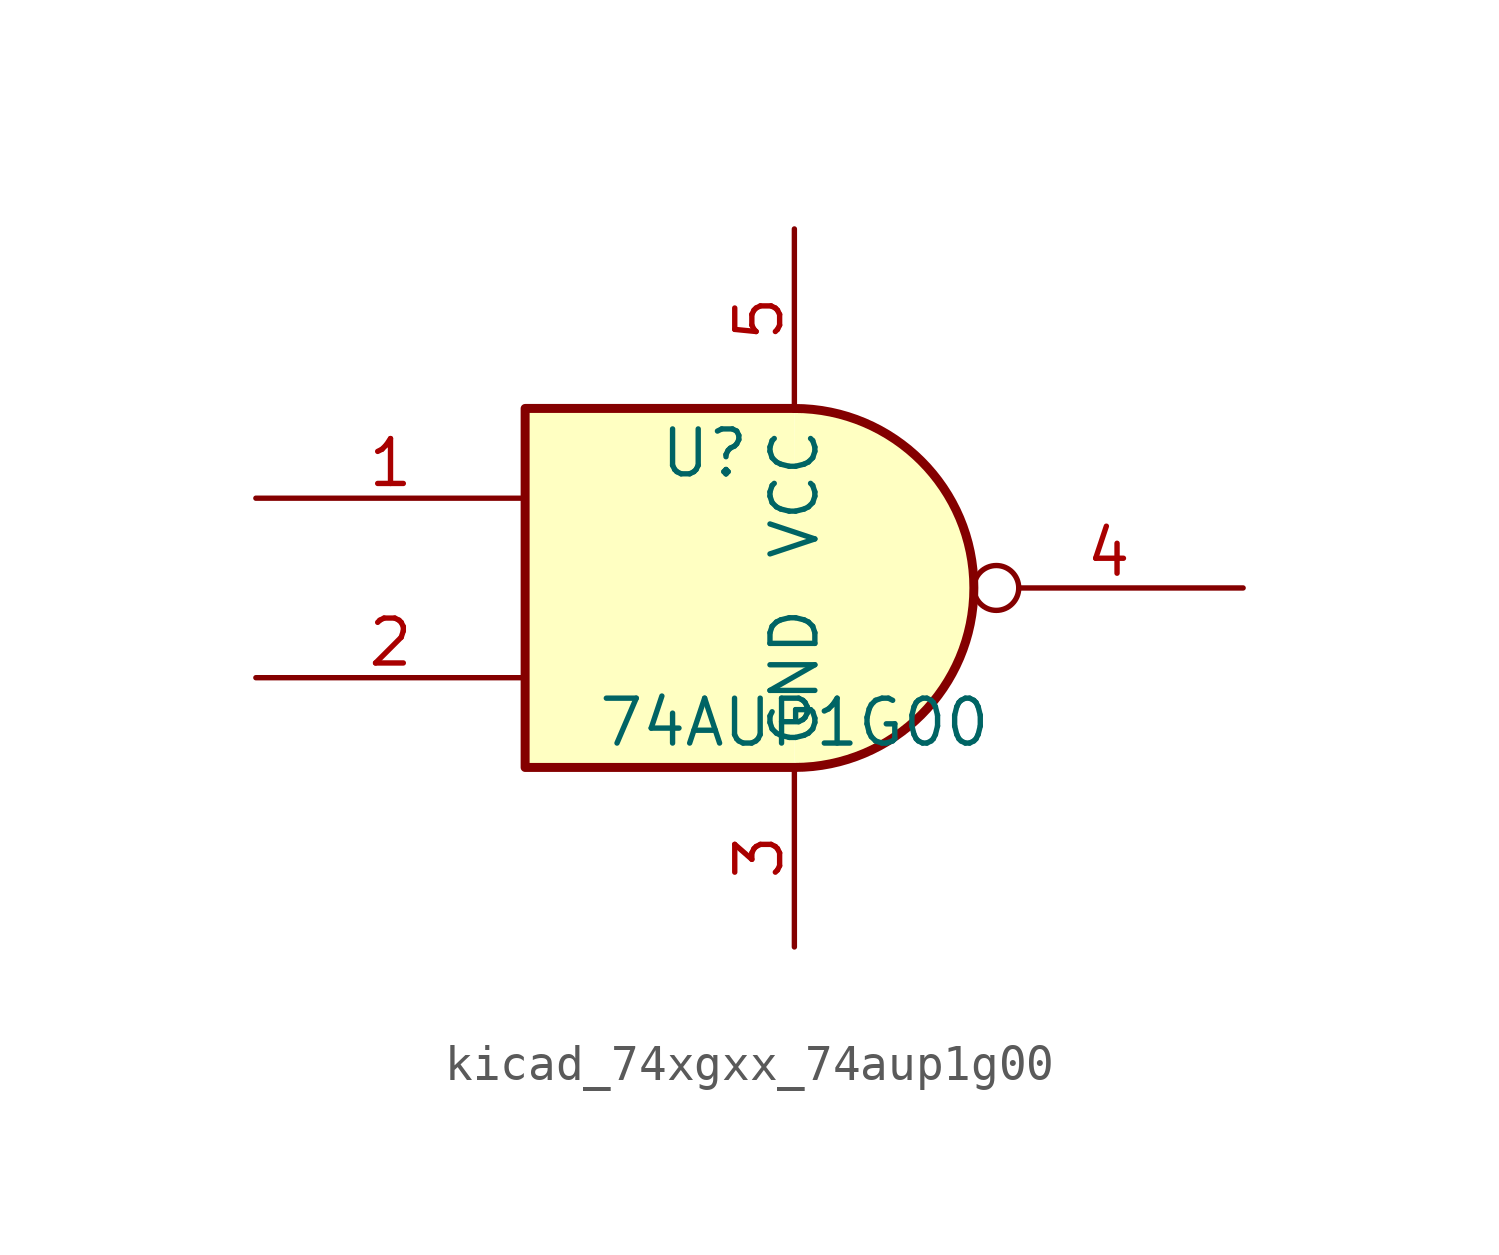
<source format=kicad_sym>
(kicad_symbol_lib
  (version 20220914)
  (generator kicad_symbol_editor)
  (symbol "kicad_74xgxx_74aup1g00"
    (property "Reference" "U"
      (at -2.54 3.81 0)
      (effects (font (size 1.27 1.27))))
    (property "Value" "74AUP1G00"
      (at 0 -3.81 0)
      (effects (font (size 1.27 1.27))))
    (symbol "kicad_74xgxx_74aup1g00_0_1"
      (arc (start 0 -5.08) (mid 5.0579 0) (end 0 5.08) (stroke (width 0.254) (type default)) (fill (type background)))
      (polyline (pts (xy 0 -5.08) (xy -7.62 -5.08) (xy -7.62 5.08) (xy 0 5.08)) (stroke (width 0.254) (type default)) (fill (type background))))
    (symbol "kicad_74xgxx_74aup1g00_1_1"
      (pin input line (at -15.24 2.54 0) (length 7.62) (name "~" (effects (font (size 1.27 1.27)))) (number "1" (effects (font (size 1.27 1.27)))))
      (pin input line (at -15.24 -2.54 0) (length 7.62) (name "~" (effects (font (size 1.27 1.27)))) (number "2" (effects (font (size 1.27 1.27)))))
      (pin power_in line (at 0 -10.16 90) (length 5.08) (name "GND" (effects (font (size 1.27 1.27)))) (number "3" (effects (font (size 1.27 1.27)))))
      (pin output inverted (at 12.7 0 180) (length 7.62) (name "~" (effects (font (size 1.27 1.27)))) (number "4" (effects (font (size 1.27 1.27)))))
      (pin power_in line (at 0 10.16 270) (length 5.08) (name "VCC" (effects (font (size 1.27 1.27)))) (number "5" (effects (font (size 1.27 1.27))))))))
</source>
